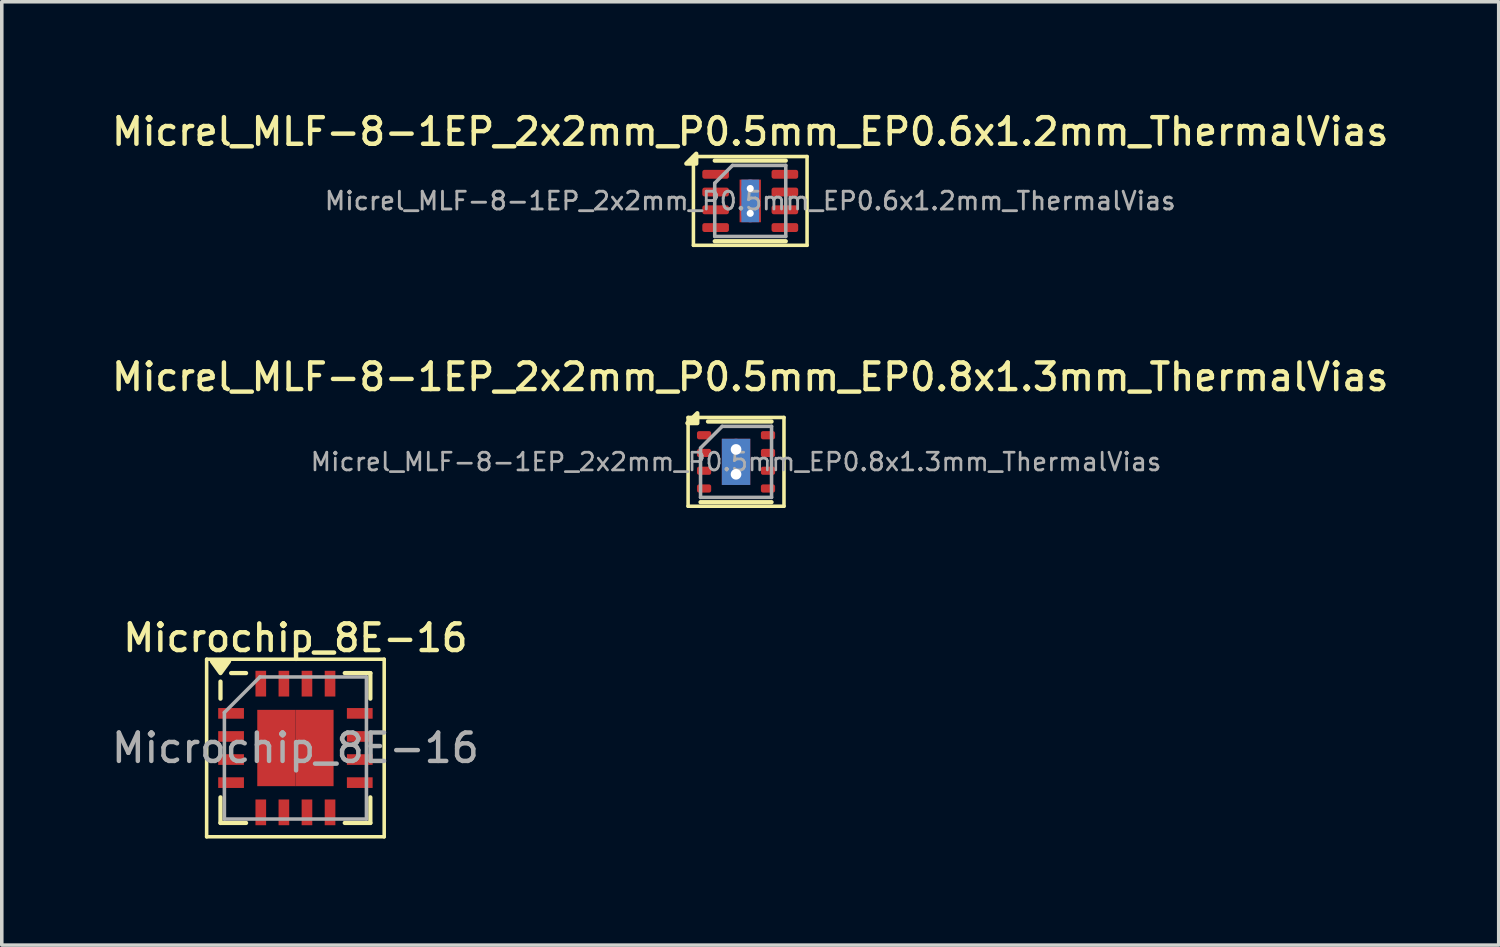
<source format=kicad_pcb>
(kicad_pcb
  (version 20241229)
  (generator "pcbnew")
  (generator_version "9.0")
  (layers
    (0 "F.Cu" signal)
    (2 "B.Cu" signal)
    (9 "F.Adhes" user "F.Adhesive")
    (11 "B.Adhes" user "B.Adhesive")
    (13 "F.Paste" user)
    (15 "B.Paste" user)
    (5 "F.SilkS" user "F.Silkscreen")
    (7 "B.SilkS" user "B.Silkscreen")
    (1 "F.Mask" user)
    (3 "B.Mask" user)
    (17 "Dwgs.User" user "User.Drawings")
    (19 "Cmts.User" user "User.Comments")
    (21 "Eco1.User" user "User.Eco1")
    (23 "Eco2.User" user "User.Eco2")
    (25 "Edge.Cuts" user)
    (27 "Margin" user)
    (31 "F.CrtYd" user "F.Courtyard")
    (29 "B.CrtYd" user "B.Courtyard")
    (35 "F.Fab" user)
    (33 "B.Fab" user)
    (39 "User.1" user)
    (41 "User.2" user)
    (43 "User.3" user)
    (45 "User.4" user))
  (footprint "Micrel_MLF-8-1EP_2x2mm_P0.5mm_EP0.8x1.3mm_ThermalVias"
    (layer "F.Cu")
    (at 17.677 9.956)
    (property "Reference" "Micrel_MLF-8-1EP_2x2mm_P0.5mm_EP0.8x1.3mm_ThermalVias" (at 0.4 -2.39 0) (layer "F.SilkS") (effects (font (size 0.75 0.75) (thickness 0.125))))
    (attr smd)
    (fp_line (start -1.35 -1.25) (end -1.35 1.25) (stroke (width 0.1) (type solid)) (layer "F.SilkS"))
    (fp_line (start -1.35 -1.25) (end 1.35 -1.25) (stroke (width 0.1) (type solid)) (layer "F.SilkS"))
    (fp_line (start -1 1.135) (end 1 1.135) (stroke (width 0.12) (type solid)) (layer "F.SilkS"))
    (fp_line (start -0.79 -1.135) (end 1 -1.135) (stroke (width 0.12) (type solid)) (layer "F.SilkS"))
    (fp_line (start 1.35 1.25) (end -1.35 1.25) (stroke (width 0.1) (type solid)) (layer "F.SilkS"))
    (fp_line (start 1.35 1.25) (end 1.35 -1.25) (stroke (width 0.1) (type solid)) (layer "F.SilkS"))
    (fp_poly (pts (xy -1.09 -1.09) (xy -1.37 -1.09) (xy -1.09 -1.37) (xy -1.09 -1.09)) (stroke (width 0.12) (type solid)) (fill yes) (layer "F.SilkS"))
    (fp_line (start -1 -0.39) (end -0.39 -1) (stroke (width 0.1) (type solid)) (layer "F.Fab"))
    (fp_line (start -1 -0.38) (end -1 1) (stroke (width 0.1) (type solid)) (layer "F.Fab"))
    (fp_line (start -0.39 -1) (end 1 -1) (stroke (width 0.1) (type solid)) (layer "F.Fab"))
    (fp_line (start 1 1) (end -1 1) (stroke (width 0.1) (type solid)) (layer "F.Fab"))
    (fp_line (start 1 1) (end 1 -1) (stroke (width 0.1) (type solid)) (layer "F.Fab"))
    (fp_text user "${REFERENCE}" (at 0 0 0) (layer "F.Fab") (effects (font (size 0.5 0.5) (thickness 0.075))))
    (pad "" smd roundrect (at 0 -0.35) (size 0.55 0.55) (layers "F.Paste") (roundrect_rratio 0.25))
    (pad "" smd roundrect (at 0 0.35) (size 0.55 0.55) (layers "F.Paste") (roundrect_rratio 0.25))
    (pad "1" smd roundrect (at -0.9 -0.75) (size 0.4 0.23) (layers "F.Cu" "F.Mask" "F.Paste") (roundrect_rratio 0.25))
    (pad "2" smd roundrect (at -0.9 -0.25) (size 0.4 0.23) (layers "F.Cu" "F.Mask" "F.Paste") (roundrect_rratio 0.25))
    (pad "3" smd roundrect (at -0.9 0.25) (size 0.4 0.23) (layers "F.Cu" "F.Mask" "F.Paste") (roundrect_rratio 0.25))
    (pad "4" smd roundrect (at -0.9 0.75) (size 0.4 0.23) (layers "F.Cu" "F.Mask" "F.Paste") (roundrect_rratio 0.25))
    (pad "5" smd roundrect (at 0.9 0.75) (size 0.4 0.23) (layers "F.Cu" "F.Mask" "F.Paste") (roundrect_rratio 0.25))
    (pad "6" smd roundrect (at 0.9 0.25) (size 0.4 0.23) (layers "F.Cu" "F.Mask" "F.Paste") (roundrect_rratio 0.25))
    (pad "7" smd roundrect (at 0.9 -0.25) (size 0.4 0.23) (layers "F.Cu" "F.Mask" "F.Paste") (roundrect_rratio 0.25))
    (pad "8" smd roundrect (at 0.9 -0.75) (size 0.4 0.23) (layers "F.Cu" "F.Mask" "F.Paste") (roundrect_rratio 0.25))
    (pad "9" thru_hole circle (at 0 -0.35) (size 0.6 0.6) (drill 0.3) (layers "*.Cu"))
    (pad "9" smd rect (at 0 0) (size 0.8 1.3) (layers "F.Cu" "F.Mask"))
    (pad "9" smd rect (at 0 0) (size 0.8 1.3) (layers "B.Cu"))
    (pad "9" thru_hole circle (at 0 0.35) (size 0.6 0.6) (drill 0.3) (layers "*.Cu")))
  (footprint "Micrel_MLF-8-1EP_2x2mm_P0.5mm_EP0.6x1.2mm_ThermalVias"
    (layer "F.Cu")
    (at 18.077 2.608)
    (property "Reference" "Micrel_MLF-8-1EP_2x2mm_P0.5mm_EP0.6x1.2mm_ThermalVias" (at 0 -1.95 0) (layer "F.SilkS") (effects (font (size 0.75 0.75) (thickness 0.125))))
    (attr smd)
    (fp_line (start -1.6 -1.25) (end -1.6 1.25) (stroke (width 0.1) (type solid)) (layer "F.SilkS"))
    (fp_line (start -1.6 1.25) (end 1.6 1.25) (stroke (width 0.1) (type solid)) (layer "F.SilkS"))
    (fp_line (start -1 -1.135) (end 1 -1.135) (stroke (width 0.12) (type solid)) (layer "F.SilkS"))
    (fp_line (start -1 1.135) (end 1 1.135) (stroke (width 0.12) (type solid)) (layer "F.SilkS"))
    (fp_line (start 1.6 -1.25) (end -1.6 -1.25) (stroke (width 0.1) (type solid)) (layer "F.SilkS"))
    (fp_line (start 1.6 1.25) (end 1.6 -1.25) (stroke (width 0.1) (type solid)) (layer "F.SilkS"))
    (fp_poly (pts (xy -1.52 -1.05) (xy -1.8 -1.05) (xy -1.52 -1.33) (xy -1.52 -1.05)) (stroke (width 0.12) (type solid)) (fill yes) (layer "F.SilkS"))
    (fp_line (start -1 -0.5) (end -0.5 -1) (stroke (width 0.1) (type solid)) (layer "F.Fab"))
    (fp_line (start -1 1) (end -1 -0.5) (stroke (width 0.1) (type solid)) (layer "F.Fab"))
    (fp_line (start -0.5 -1) (end 1 -1) (stroke (width 0.1) (type solid)) (layer "F.Fab"))
    (fp_line (start 1 -1) (end 1 1) (stroke (width 0.1) (type solid)) (layer "F.Fab"))
    (fp_line (start 1 1) (end -1 1) (stroke (width 0.1) (type solid)) (layer "F.Fab"))
    (fp_text user "${REFERENCE}" (at 0 0 0) (layer "F.Fab") (effects (font (size 0.5 0.5) (thickness 0.08))))
    (pad "" smd roundrect (at -0.15 -0.3) (size 0.24 0.48) (layers "F.Paste") (roundrect_rratio 0.25))
    (pad "" smd roundrect (at -0.15 0.3) (size 0.24 0.48) (layers "F.Paste") (roundrect_rratio 0.25))
    (pad "" smd roundrect (at 0.15 -0.3) (size 0.24 0.48) (layers "F.Paste") (roundrect_rratio 0.25))
    (pad "" smd roundrect (at 0.15 0.3) (size 0.24 0.48) (layers "F.Paste") (roundrect_rratio 0.25))
    (pad "1" smd roundrect (at -0.975 -0.75) (size 0.75 0.25) (layers "F.Cu" "F.Mask" "F.Paste") (roundrect_rratio 0.25))
    (pad "2" smd roundrect (at -0.975 -0.25) (size 0.75 0.25) (layers "F.Cu" "F.Mask" "F.Paste") (roundrect_rratio 0.25))
    (pad "3" smd roundrect (at -0.975 0.25) (size 0.75 0.25) (layers "F.Cu" "F.Mask" "F.Paste") (roundrect_rratio 0.25))
    (pad "4" smd roundrect (at -0.975 0.75) (size 0.75 0.25) (layers "F.Cu" "F.Mask" "F.Paste") (roundrect_rratio 0.25))
    (pad "5" smd roundrect (at 0.975 0.75) (size 0.75 0.25) (layers "F.Cu" "F.Mask" "F.Paste") (roundrect_rratio 0.25))
    (pad "6" smd roundrect (at 0.975 0.25) (size 0.75 0.25) (layers "F.Cu" "F.Mask" "F.Paste") (roundrect_rratio 0.25))
    (pad "7" smd roundrect (at 0.975 -0.25) (size 0.75 0.25) (layers "F.Cu" "F.Mask" "F.Paste") (roundrect_rratio 0.25))
    (pad "8" smd roundrect (at 0.975 -0.75) (size 0.75 0.25) (layers "F.Cu" "F.Mask" "F.Paste") (roundrect_rratio 0.25))
    (pad "9" thru_hole circle (at 0 -0.35) (size 0.5 0.5) (drill 0.2) (property pad_prop_heatsink) (layers "*.Cu"))
    (pad "9" smd rect (at 0 0) (size 0.5 1.2) (property pad_prop_heatsink) (layers "B.Cu"))
    (pad "9" smd rect (at 0 0) (size 0.6 1.2) (property pad_prop_heatsink) (layers "F.Cu" "F.Mask"))
    (pad "9" thru_hole circle (at 0 0.35) (size 0.5 0.5) (drill 0.2) (property pad_prop_heatsink) (layers "*.Cu")))
  (footprint "Microchip_8E-16"
    (layer "F.Cu")
    (at 5.269 18.014)
    (property "Reference" "Microchip_8E-16" (at 0 -3.1 0) (layer "F.SilkS") (effects (font (size 0.75 0.75) (thickness 0.125))))
    (attr smd)
    (fp_line (start -2.5 -2.5) (end -2.5 2.5) (stroke (width 0.1) (type solid)) (layer "F.SilkS"))
    (fp_line (start -2.5 -2.5) (end 2.5 -2.5) (stroke (width 0.1) (type solid)) (layer "F.SilkS"))
    (fp_line (start -2.5 2.5) (end 2.5 2.5) (stroke (width 0.1) (type solid)) (layer "F.SilkS"))
    (fp_line (start -2.11 -1.87) (end -2.11 -1.39) (stroke (width 0.12) (type solid)) (layer "F.SilkS"))
    (fp_line (start -2.11 2.11) (end -2.11 1.39) (stroke (width 0.12) (type solid)) (layer "F.SilkS"))
    (fp_line (start -2.11 2.11) (end -1.39 2.11) (stroke (width 0.12) (type solid)) (layer "F.SilkS"))
    (fp_line (start -1.39 -2.11) (end -1.81 -2.11) (stroke (width 0.12) (type solid)) (layer "F.SilkS"))
    (fp_line (start 2.11 -2.11) (end 1.39 -2.11) (stroke (width 0.12) (type solid)) (layer "F.SilkS"))
    (fp_line (start 2.11 -2.11) (end 2.11 -1.39) (stroke (width 0.12) (type solid)) (layer "F.SilkS"))
    (fp_line (start 2.11 2.11) (end 1.39 2.11) (stroke (width 0.12) (type solid)) (layer "F.SilkS"))
    (fp_line (start 2.11 2.11) (end 2.11 1.39) (stroke (width 0.12) (type solid)) (layer "F.SilkS"))
    (fp_line (start 2.5 -2.5) (end 2.5 2.5) (stroke (width 0.1) (type solid)) (layer "F.SilkS"))
    (fp_poly (pts (xy -2.11 -2.11) (xy -2.35 -2.44) (xy -1.87 -2.44) (xy -2.11 -2.11)) (stroke (width 0.12) (type solid)) (fill yes) (layer "F.SilkS"))
    (fp_line (start -2 2) (end -2 -1) (stroke (width 0.1) (type solid)) (layer "F.Fab"))
    (fp_line (start -1 -2) (end -2 -1) (stroke (width 0.1) (type solid)) (layer "F.Fab"))
    (fp_line (start -1 -2) (end 2 -2) (stroke (width 0.1) (type solid)) (layer "F.Fab"))
    (fp_line (start 2 -2) (end 2 2) (stroke (width 0.1) (type solid)) (layer "F.Fab"))
    (fp_line (start 2 2) (end -2 2) (stroke (width 0.1) (type solid)) (layer "F.Fab"))
    (fp_text user "${REFERENCE}" (at 0 0 0) (layer "F.Fab") (effects (font (size 0.8 0.8) (thickness 0.125))))
    (pad "1" smd rect (at -1.812 -0.975) (size 0.725 0.3) (layers "F.Cu" "F.Mask" "F.Paste"))
    (pad "2" smd rect (at -1.812 -0.325) (size 0.725 0.3) (layers "F.Cu" "F.Mask" "F.Paste"))
    (pad "3" smd rect (at -1.812 0.325) (size 0.725 0.3) (layers "F.Cu" "F.Mask" "F.Paste"))
    (pad "4" smd rect (at -1.812 0.975) (size 0.725 0.3) (layers "F.Cu" "F.Mask" "F.Paste"))
    (pad "5" smd rect (at -0.975 1.812 90) (size 0.725 0.3) (layers "F.Cu" "F.Mask" "F.Paste"))
    (pad "6" smd rect (at -0.325 1.812 90) (size 0.725 0.3) (layers "F.Cu" "F.Mask" "F.Paste"))
    (pad "7" smd rect (at 0.325 1.812 90) (size 0.725 0.3) (layers "F.Cu" "F.Mask" "F.Paste"))
    (pad "8" smd rect (at 0.975 1.812 90) (size 0.725 0.3) (layers "F.Cu" "F.Mask" "F.Paste"))
    (pad "9" smd rect (at 1.812 0.975) (size 0.725 0.3) (layers "F.Cu" "F.Mask" "F.Paste"))
    (pad "10" smd rect (at 1.812 0.325) (size 0.725 0.3) (layers "F.Cu" "F.Mask" "F.Paste"))
    (pad "11" smd rect (at 1.812 -0.325) (size 0.725 0.3) (layers "F.Cu" "F.Mask" "F.Paste"))
    (pad "12" smd rect (at 1.812 -0.975) (size 0.725 0.3) (layers "F.Cu" "F.Mask" "F.Paste"))
    (pad "13" smd rect (at 0.975 -1.812 90) (size 0.725 0.3) (layers "F.Cu" "F.Mask" "F.Paste"))
    (pad "14" smd rect (at 0.325 -1.812 90) (size 0.725 0.3) (layers "F.Cu" "F.Mask" "F.Paste"))
    (pad "15" smd rect (at -0.325 -1.812 90) (size 0.725 0.3) (layers "F.Cu" "F.Mask" "F.Paste"))
    (pad "16" smd rect (at -0.975 -1.812 90) (size 0.725 0.3) (layers "F.Cu" "F.Mask" "F.Paste"))
    (pad "17" smd rect (at -0.537 -0.537) (size 1.075 1.075) (layers "F.Cu" "F.Mask" "F.Paste"))
    (pad "17" smd rect (at -0.537 0.537) (size 1.075 1.075) (layers "F.Cu" "F.Mask" "F.Paste"))
    (pad "17" smd rect (at 0.537 -0.537) (size 1.075 1.075) (layers "F.Cu" "F.Mask" "F.Paste"))
    (pad "17" smd rect (at 0.537 0.537) (size 1.075 1.075) (layers "F.Cu" "F.Mask" "F.Paste")))
  (gr_rect
    (start -3 -3)
    (end 39.154 23.564)
    (stroke (width 0.1) (type default))
    (fill no)
    (layer "Edge.Cuts")))
</source>
